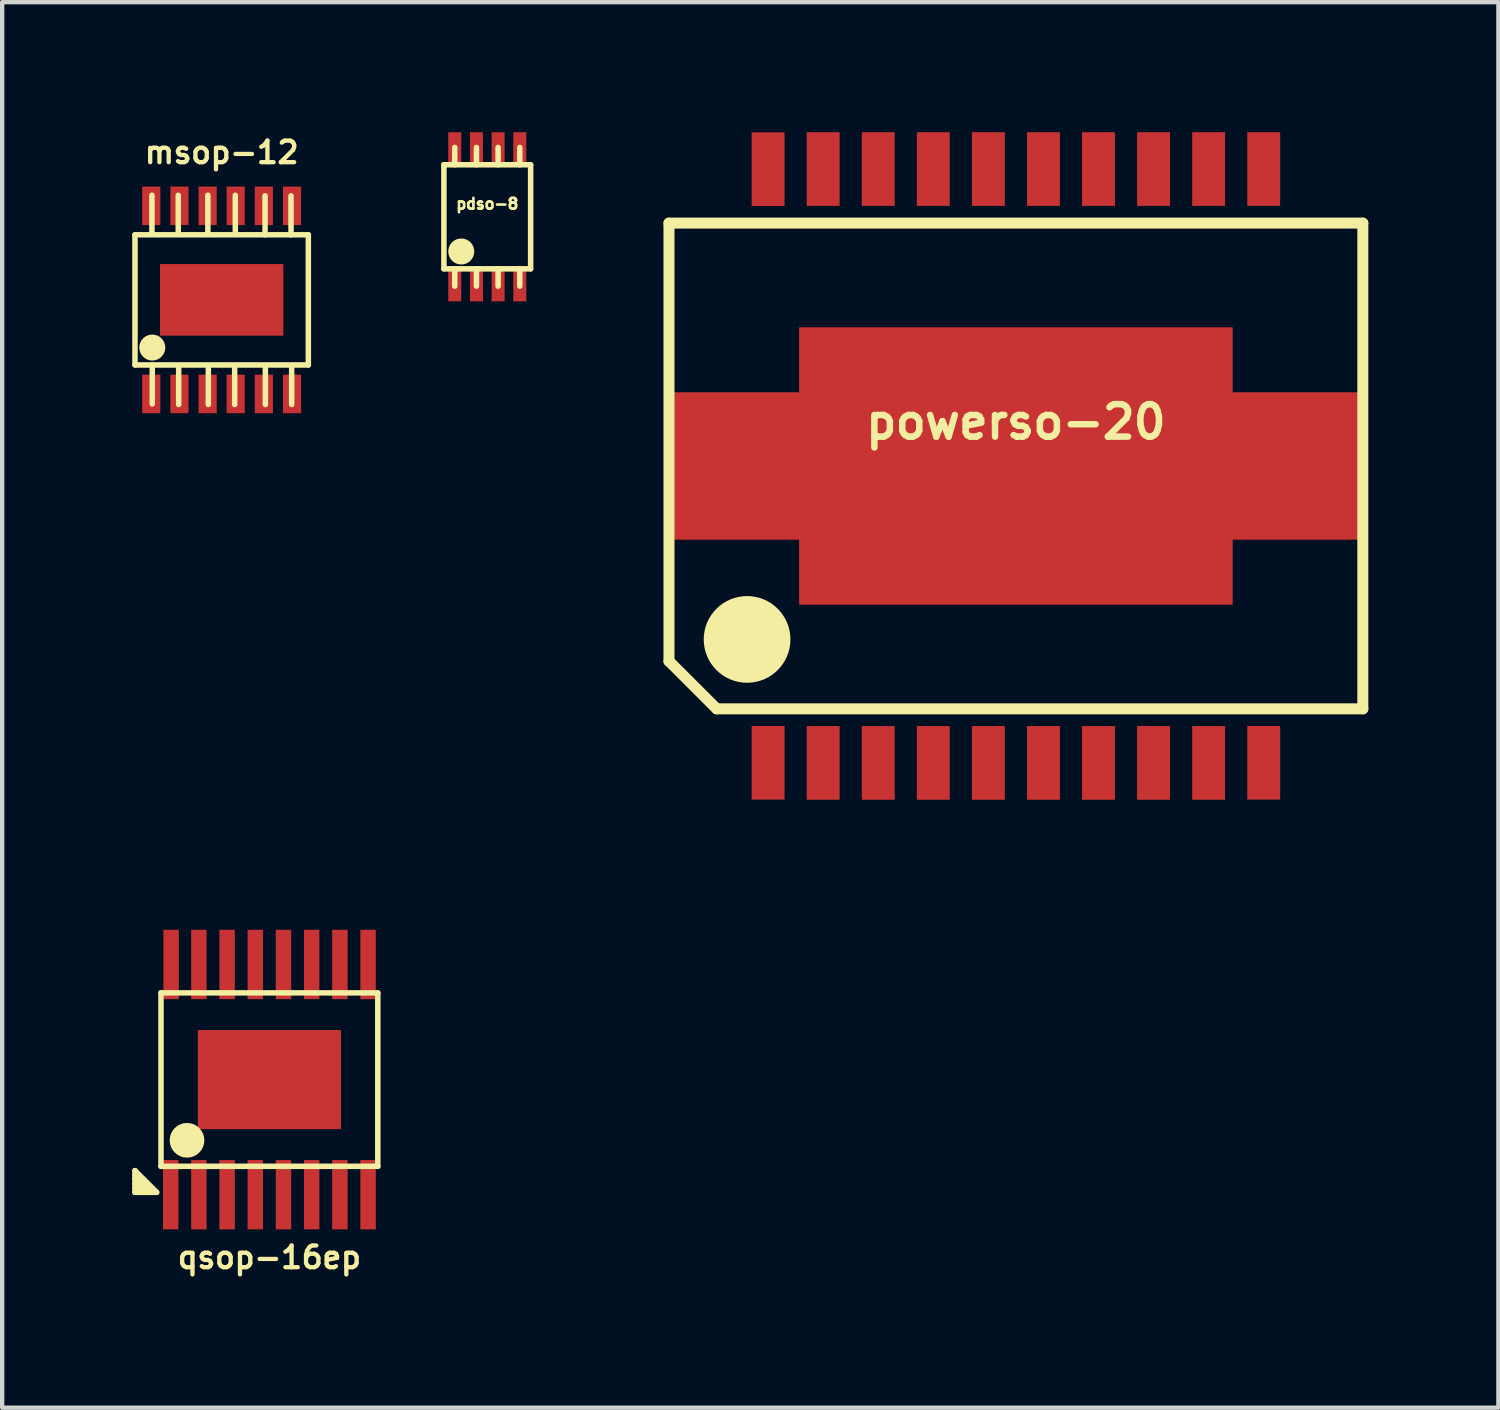
<source format=kicad_pcb>
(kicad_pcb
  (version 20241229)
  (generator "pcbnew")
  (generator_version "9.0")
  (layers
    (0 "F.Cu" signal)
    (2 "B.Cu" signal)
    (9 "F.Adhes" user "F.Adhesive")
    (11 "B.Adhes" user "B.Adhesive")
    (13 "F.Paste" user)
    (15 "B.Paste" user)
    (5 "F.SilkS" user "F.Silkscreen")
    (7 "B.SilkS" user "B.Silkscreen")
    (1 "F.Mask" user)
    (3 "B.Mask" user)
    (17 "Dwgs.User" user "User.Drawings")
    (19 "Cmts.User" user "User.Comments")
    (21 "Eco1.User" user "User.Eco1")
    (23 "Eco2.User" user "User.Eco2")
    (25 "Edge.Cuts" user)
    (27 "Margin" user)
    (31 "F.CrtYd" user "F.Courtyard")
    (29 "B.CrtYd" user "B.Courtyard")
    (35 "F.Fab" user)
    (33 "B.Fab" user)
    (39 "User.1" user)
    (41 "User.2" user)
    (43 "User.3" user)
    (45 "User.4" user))
  (footprint "qsop-16ep"
    (layer "F.Cu")
    (at 3.163 21.849)
    (property "Reference" "qsop-16ep" (at 0 4.1 0) (layer "F.SilkS") (effects (font (size 0.5 0.5) (thickness 0.099))))
    (attr smd)
    (fp_line (start -3.1 2.1) (end -2.6 2.6) (stroke (width 0.127) (type solid)) (layer "F.SilkS"))
    (fp_line (start -3.1 2.3) (end -2.8 2.6) (stroke (width 0.127) (type solid)) (layer "F.SilkS"))
    (fp_line (start -3.1 2.6) (end -3.1 2.1) (stroke (width 0.127) (type solid)) (layer "F.SilkS"))
    (fp_line (start -3.1 2.6) (end -2.6 2.6) (stroke (width 0.127) (type solid)) (layer "F.SilkS"))
    (fp_line (start -3 2.6) (end -3.1 2.5) (stroke (width 0.127) (type solid)) (layer "F.SilkS"))
    (fp_line (start -2.9 2.6) (end -3.1 2.4) (stroke (width 0.127) (type solid)) (layer "F.SilkS"))
    (fp_line (start -2.7 2.6) (end -3.1 2.2) (stroke (width 0.127) (type solid)) (layer "F.SilkS"))
    (fp_line (start -2.5 -2) (end 2.5 -2) (stroke (width 0.127) (type solid)) (layer "F.SilkS"))
    (fp_line (start -2.5 2) (end -2.5 -2) (stroke (width 0.127) (type solid)) (layer "F.SilkS"))
    (fp_line (start 2.5 -2) (end 2.5 2) (stroke (width 0.127) (type solid)) (layer "F.SilkS"))
    (fp_line (start 2.5 2) (end -2.5 2) (stroke (width 0.127) (type solid)) (layer "F.SilkS"))
    (fp_circle (center -1.9 1.4) (end -1.7 1.4) (stroke (width 0.4) (type solid)) (fill no) (layer "F.SilkS"))
    (pad "1" smd rect (at -2.276 2.655) (size 0.356 1.6) (layers "F.Cu" "F.Mask" "F.Paste"))
    (pad "2" smd rect (at -1.626 2.655) (size 0.356 1.6) (layers "F.Cu" "F.Mask" "F.Paste"))
    (pad "3" smd rect (at -0.975 2.655) (size 0.356 1.6) (layers "F.Cu" "F.Mask" "F.Paste"))
    (pad "4" smd rect (at -0.325 2.655) (size 0.356 1.6) (layers "F.Cu" "F.Mask" "F.Paste"))
    (pad "5" smd rect (at 0.325 2.655) (size 0.356 1.6) (layers "F.Cu" "F.Mask" "F.Paste"))
    (pad "6" smd rect (at 0.975 2.655) (size 0.356 1.6) (layers "F.Cu" "F.Mask" "F.Paste"))
    (pad "7" smd rect (at 1.626 2.655) (size 0.356 1.6) (layers "F.Cu" "F.Mask" "F.Paste"))
    (pad "8" smd rect (at 2.276 2.655) (size 0.356 1.6) (layers "F.Cu" "F.Mask" "F.Paste"))
    (pad "9" smd rect (at 2.276 -2.655) (size 0.356 1.6) (layers "F.Cu" "F.Mask" "F.Paste"))
    (pad "10" smd rect (at 1.626 -2.655) (size 0.356 1.6) (layers "F.Cu" "F.Mask" "F.Paste"))
    (pad "11" smd rect (at 0.975 -2.655) (size 0.356 1.6) (layers "F.Cu" "F.Mask" "F.Paste"))
    (pad "12" smd rect (at 0.325 -2.655) (size 0.356 1.6) (layers "F.Cu" "F.Mask" "F.Paste"))
    (pad "13" smd rect (at -0.325 -2.655) (size 0.356 1.6) (layers "F.Cu" "F.Mask" "F.Paste"))
    (pad "14" smd rect (at -0.975 -2.655) (size 0.356 1.6) (layers "F.Cu" "F.Mask" "F.Paste"))
    (pad "15" smd rect (at -1.626 -2.655) (size 0.356 1.6) (layers "F.Cu" "F.Mask" "F.Paste"))
    (pad "16" smd rect (at -2.266 -2.655) (size 0.356 1.6) (layers "F.Cu" "F.Mask" "F.Paste"))
    (pad "17" smd rect (at 0 0) (size 3.302 2.286) (layers "F.Cu" "F.Mask" "F.Paste")))
  (footprint "powerso-20"
    (layer "F.Cu")
    (at 20.38 7.697)
    (property "Reference" "powerso-20" (at 0 -1.016 0) (layer "F.SilkS") (effects (font (size 0.749 0.749) (thickness 0.15))))
    (attr smd)
    (fp_line (start -8.001 -5.601) (end 8.001 -5.601) (stroke (width 0.254) (type solid)) (layer "F.SilkS"))
    (fp_line (start -8.001 4.501) (end -8.001 -5.601) (stroke (width 0.254) (type solid)) (layer "F.SilkS"))
    (fp_line (start -6.901 5.601) (end -8.001 4.501) (stroke (width 0.254) (type solid)) (layer "F.SilkS"))
    (fp_line (start -6.901 5.601) (end 8.001 5.601) (stroke (width 0.254) (type solid)) (layer "F.SilkS"))
    (fp_line (start 8.001 -5.601) (end 8.001 5.601) (stroke (width 0.254) (type solid)) (layer "F.SilkS"))
    (fp_circle (center -6.2 4) (end -5.7 4) (stroke (width 1) (type solid)) (fill no) (layer "F.SilkS"))
    (pad "1" smd rect (at -5.715 6.845) (size 0.759 1.699) (layers "F.Cu" "F.Mask" "F.Paste"))
    (pad "2" smd rect (at -4.445 6.848) (size 0.759 1.699) (layers "F.Cu" "F.Mask" "F.Paste"))
    (pad "3" smd rect (at -3.175 6.848) (size 0.759 1.699) (layers "F.Cu" "F.Mask" "F.Paste"))
    (pad "4" smd rect (at -1.905 6.848) (size 0.759 1.699) (layers "F.Cu" "F.Mask" "F.Paste"))
    (pad "5" smd rect (at -0.635 6.848) (size 0.759 1.699) (layers "F.Cu" "F.Mask" "F.Paste"))
    (pad "6" smd rect (at 0.635 6.848) (size 0.759 1.699) (layers "F.Cu" "F.Mask" "F.Paste"))
    (pad "7" smd rect (at 1.905 6.848) (size 0.759 1.699) (layers "F.Cu" "F.Mask" "F.Paste"))
    (pad "8" smd rect (at 3.175 6.848) (size 0.759 1.699) (layers "F.Cu" "F.Mask" "F.Paste"))
    (pad "9" smd rect (at 4.445 6.848) (size 0.759 1.699) (layers "F.Cu" "F.Mask" "F.Paste"))
    (pad "10" smd rect (at 5.715 6.845) (size 0.759 1.699) (layers "F.Cu" "F.Mask" "F.Paste"))
    (pad "11" smd rect (at 5.715 -6.848) (size 0.759 1.699) (layers "F.Cu" "F.Mask" "F.Paste"))
    (pad "12" smd rect (at 4.445 -6.848) (size 0.759 1.699) (layers "F.Cu" "F.Mask" "F.Paste"))
    (pad "13" smd rect (at 3.175 -6.848) (size 0.759 1.699) (layers "F.Cu" "F.Mask" "F.Paste"))
    (pad "14" smd rect (at 1.905 -6.848) (size 0.759 1.699) (layers "F.Cu" "F.Mask" "F.Paste"))
    (pad "15" smd rect (at 0.635 -6.848) (size 0.759 1.699) (layers "F.Cu" "F.Mask" "F.Paste"))
    (pad "16" smd rect (at -0.635 -6.848) (size 0.759 1.699) (layers "F.Cu" "F.Mask" "F.Paste"))
    (pad "17" smd rect (at -1.905 -6.848) (size 0.759 1.699) (layers "F.Cu" "F.Mask" "F.Paste"))
    (pad "18" smd rect (at -3.175 -6.848) (size 0.759 1.699) (layers "F.Cu" "F.Mask" "F.Paste"))
    (pad "19" smd rect (at -4.445 -6.848) (size 0.759 1.699) (layers "F.Cu" "F.Mask" "F.Paste"))
    (pad "20" smd rect (at -5.715 -6.845) (size 0.759 1.699) (layers "F.Cu" "F.Mask" "F.Paste"))
    (pad "21" smd rect (at 0 0) (size 10 6.398) (layers "F.Cu" "F.Mask" "F.Paste"))
    (pad "21" smd rect (at 0 0) (size 16.099 3.399) (layers "F.Cu" "F.Mask" "F.Paste")))
  (footprint "msop-12"
    (layer "F.Cu")
    (at 2.062 3.866)
    (property "Reference" "msop-12" (at 0 -3.401 0) (layer "F.SilkS") (effects (font (size 0.498 0.498) (thickness 0.099))))
    (attr smd)
    (fp_line (start -1.999 -1.501) (end 1.999 -1.501) (stroke (width 0.127) (type solid)) (layer "F.SilkS"))
    (fp_line (start -1.999 -1.499) (end -1.999 1.499) (stroke (width 0.127) (type solid)) (layer "F.SilkS"))
    (fp_line (start -1.999 1.501) (end 1.999 1.501) (stroke (width 0.127) (type solid)) (layer "F.SilkS"))
    (fp_line (start -1.608 -2.413) (end -1.608 -1.524) (stroke (width 0.127) (type solid)) (layer "F.SilkS"))
    (fp_line (start -1.6 2.4) (end -1.6 1.501) (stroke (width 0.127) (type solid)) (layer "F.SilkS"))
    (fp_line (start -1.001 -2.413) (end -1.001 -1.524) (stroke (width 0.127) (type solid)) (layer "F.SilkS"))
    (fp_line (start -0.991 2.413) (end -0.991 1.524) (stroke (width 0.127) (type solid)) (layer "F.SilkS"))
    (fp_line (start -0.318 -2.413) (end -0.318 -1.524) (stroke (width 0.127) (type solid)) (layer "F.SilkS"))
    (fp_line (start -0.307 2.413) (end -0.307 1.524) (stroke (width 0.127) (type solid)) (layer "F.SilkS"))
    (fp_line (start 0.3 2.413) (end 0.3 1.524) (stroke (width 0.127) (type solid)) (layer "F.SilkS"))
    (fp_line (start 0.315 -2.413) (end 0.315 -1.524) (stroke (width 0.127) (type solid)) (layer "F.SilkS"))
    (fp_line (start 1.001 -2.4) (end 1.001 -1.501) (stroke (width 0.127) (type solid)) (layer "F.SilkS"))
    (fp_line (start 1.008 2.413) (end 1.008 1.524) (stroke (width 0.127) (type solid)) (layer "F.SilkS"))
    (fp_line (start 1.6 -2.4) (end 1.6 -1.501) (stroke (width 0.127) (type solid)) (layer "F.SilkS"))
    (fp_line (start 1.615 2.413) (end 1.615 1.524) (stroke (width 0.127) (type solid)) (layer "F.SilkS"))
    (fp_line (start 1.999 1.501) (end 1.999 -1.501) (stroke (width 0.127) (type solid)) (layer "F.SilkS"))
    (fp_circle (center -1.6 1.1) (end -1.45 1.1) (stroke (width 0.3) (type solid)) (fill no) (layer "F.SilkS"))
    (pad "1" smd rect (at -1.623 2.169) (size 0.419 0.889) (layers "F.Cu" "F.Mask" "F.Paste"))
    (pad "2" smd rect (at -0.973 2.169) (size 0.419 0.889) (layers "F.Cu" "F.Mask" "F.Paste"))
    (pad "3" smd rect (at -0.323 2.169) (size 0.419 0.889) (layers "F.Cu" "F.Mask" "F.Paste"))
    (pad "4" smd rect (at 0.323 2.169) (size 0.419 0.889) (layers "F.Cu" "F.Mask" "F.Paste"))
    (pad "5" smd rect (at 0.973 2.169) (size 0.419 0.889) (layers "F.Cu" "F.Mask" "F.Paste"))
    (pad "6" smd rect (at 1.623 2.169) (size 0.419 0.889) (layers "F.Cu" "F.Mask" "F.Paste"))
    (pad "7" smd rect (at 1.623 -2.169) (size 0.419 0.889) (layers "F.Cu" "F.Mask" "F.Paste"))
    (pad "8" smd rect (at 0.973 -2.169) (size 0.419 0.889) (layers "F.Cu" "F.Mask" "F.Paste"))
    (pad "9" smd rect (at 0.323 -2.169) (size 0.419 0.889) (layers "F.Cu" "F.Mask" "F.Paste"))
    (pad "10" smd rect (at -0.323 -2.169) (size 0.419 0.889) (layers "F.Cu" "F.Mask" "F.Paste"))
    (pad "11" smd rect (at -0.973 -2.169) (size 0.419 0.889) (layers "F.Cu" "F.Mask" "F.Paste"))
    (pad "12" smd rect (at -1.623 -2.169) (size 0.419 0.889) (layers "F.Cu" "F.Mask" "F.Paste"))
    (pad "13" smd rect (at 0 0) (size 2.845 1.651) (layers "F.Cu" "F.Mask" "F.Paste")))
  (footprint "pdso-8"
    (layer "F.Cu")
    (at 8.188 1.95)
    (property "Reference" "pdso-8" (at 0 -0.3 0) (layer "F.SilkS") (effects (font (size 0.249 0.249) (thickness 0.061))))
    (attr smd)
    (fp_line (start -1 -1.2) (end 1 -1.2) (stroke (width 0.127) (type solid)) (layer "F.SilkS"))
    (fp_line (start -1 1.2) (end -1 -1.2) (stroke (width 0.127) (type solid)) (layer "F.SilkS"))
    (fp_line (start -0.75 -1.6) (end -0.75 -1.2) (stroke (width 0.127) (type solid)) (layer "F.SilkS"))
    (fp_line (start -0.75 1.2) (end -0.75 1.6) (stroke (width 0.127) (type solid)) (layer "F.SilkS"))
    (fp_line (start -0.25 -1.6) (end -0.25 -1.2) (stroke (width 0.127) (type solid)) (layer "F.SilkS"))
    (fp_line (start -0.25 1.2) (end -0.25 1.6) (stroke (width 0.127) (type solid)) (layer "F.SilkS"))
    (fp_line (start 0.25 -1.6) (end 0.25 -1.2) (stroke (width 0.127) (type solid)) (layer "F.SilkS"))
    (fp_line (start 0.25 1.2) (end 0.25 1.6) (stroke (width 0.127) (type solid)) (layer "F.SilkS"))
    (fp_line (start 0.75 -1.6) (end 0.75 -1.2) (stroke (width 0.127) (type solid)) (layer "F.SilkS"))
    (fp_line (start 0.75 1.2) (end 0.75 1.6) (stroke (width 0.127) (type solid)) (layer "F.SilkS"))
    (fp_line (start 1 -1.2) (end 1 1.2) (stroke (width 0.127) (type solid)) (layer "F.SilkS"))
    (fp_line (start 1 1.2) (end -1 1.2) (stroke (width 0.127) (type solid)) (layer "F.SilkS"))
    (fp_circle (center -0.6 0.8) (end -0.45 0.8) (stroke (width 0.3) (type solid)) (fill no) (layer "F.SilkS"))
    (pad "1" smd rect (at -0.75 1.55) (size 0.3 0.8) (layers "F.Cu" "F.Mask" "F.Paste"))
    (pad "2" smd rect (at -0.25 1.55) (size 0.3 0.8) (layers "F.Cu" "F.Mask" "F.Paste"))
    (pad "3" smd rect (at 0.25 1.55) (size 0.3 0.8) (layers "F.Cu" "F.Mask" "F.Paste"))
    (pad "4" smd rect (at 0.75 1.55) (size 0.3 0.8) (layers "F.Cu" "F.Mask" "F.Paste"))
    (pad "5" smd rect (at 0.75 -1.55) (size 0.3 0.8) (layers "F.Cu" "F.Mask" "F.Paste"))
    (pad "6" smd rect (at 0.25 -1.55) (size 0.3 0.8) (layers "F.Cu" "F.Mask" "F.Paste"))
    (pad "7" smd rect (at -0.25 -1.55) (size 0.3 0.8) (layers "F.Cu" "F.Mask" "F.Paste"))
    (pad "8" smd rect (at -0.75 -1.55) (size 0.3 0.8) (layers "F.Cu" "F.Mask" "F.Paste")))
  (gr_rect
    (start -3 -3)
    (end 31.508 29.416)
    (stroke (width 0.1) (type default))
    (fill no)
    (layer "Edge.Cuts")))
</source>
